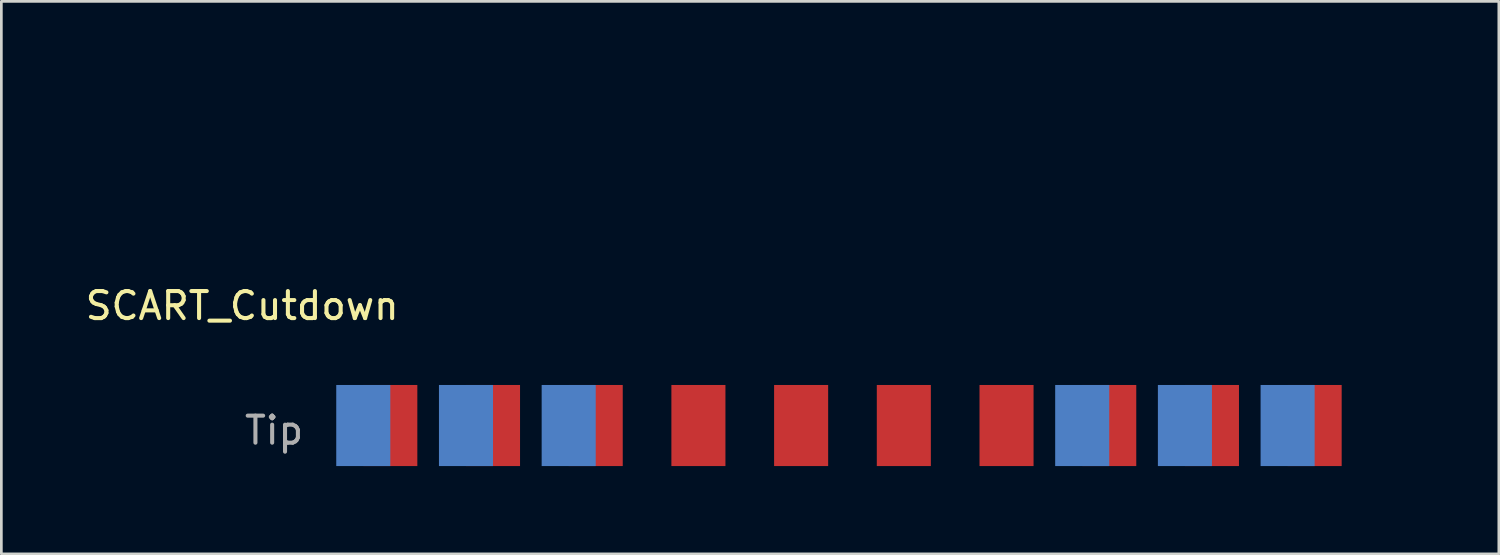
<source format=kicad_pcb>
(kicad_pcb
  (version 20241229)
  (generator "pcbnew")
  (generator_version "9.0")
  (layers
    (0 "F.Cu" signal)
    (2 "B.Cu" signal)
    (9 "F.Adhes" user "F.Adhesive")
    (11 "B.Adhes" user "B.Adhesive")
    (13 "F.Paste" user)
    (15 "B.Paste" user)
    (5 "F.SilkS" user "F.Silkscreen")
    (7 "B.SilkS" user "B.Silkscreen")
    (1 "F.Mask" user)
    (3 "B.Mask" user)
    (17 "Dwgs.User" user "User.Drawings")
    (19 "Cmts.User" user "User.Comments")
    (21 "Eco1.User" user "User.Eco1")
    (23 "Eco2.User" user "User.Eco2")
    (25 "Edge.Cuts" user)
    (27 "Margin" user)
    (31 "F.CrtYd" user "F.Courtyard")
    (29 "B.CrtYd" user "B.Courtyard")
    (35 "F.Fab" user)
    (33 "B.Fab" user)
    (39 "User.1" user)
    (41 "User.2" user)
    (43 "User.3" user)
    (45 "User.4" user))
  (footprint "SCART_Cutdown"
    (layer "F.Cu")
    (at 11.381 14.194)
    (property "Reference" "SCART_Cutdown" (at -5.47 -5.93 0) (layer "F.SilkS") (effects (font (size 1 1) (thickness 0.15))))
    (attr through_hole)
    (fp_poly (pts (xy 28.514 -0.016) (xy 29.428 -0.023) (xy 29.435 -2.246) (xy 29.441 -4.47) (xy 31.404 -4.47) (xy 31.404 -0.01) (xy 33.222 -0.01) (xy 33.222 -4.47) (xy 35.209 -4.47) (xy 35.209 -0.01) (xy 38.02 -0.01) (xy 38.02 -3.974) (xy 37.861 -4.019) (xy 37.668 -4.097) (xy 37.482 -4.214) (xy 37.317 -4.362) (xy 37.314 -4.365) (xy 37.195 -4.507) (xy 37.106 -4.647) (xy 37.036 -4.807) (xy 37.015 -4.868) (xy 36.989 -4.951) (xy 36.971 -5.027) (xy 36.961 -5.11) (xy 36.956 -5.212) (xy 36.954 -5.347) (xy 36.954 -5.372) (xy 36.958 -5.573) (xy 36.972 -5.733) (xy 36.991 -5.838) (xy 37.068 -6.048) (xy 37.184 -6.245) (xy 37.331 -6.423) (xy 37.503 -6.575) (xy 37.692 -6.693) (xy 37.891 -6.77) (xy 37.905 -6.774) (xy 38.02 -6.802) (xy 38.02 -14.07) (xy 37.956 -14.129) (xy 37.892 -14.189) (xy 21.796 -14.188) (xy 20.708 -14.188) (xy 19.666 -14.188) (xy 18.671 -14.188) (xy 17.722 -14.188) (xy 16.817 -14.187) (xy 15.956 -14.187) (xy 15.138 -14.187) (xy 14.362 -14.187) (xy 13.626 -14.186) (xy 12.93 -14.186) (xy 12.273 -14.186) (xy 11.654 -14.185) (xy 11.071 -14.185) (xy 10.525 -14.184) (xy 10.014 -14.183) (xy 9.537 -14.183) (xy 9.093 -14.182) (xy 8.681 -14.181) (xy 8.3 -14.18) (xy 7.949 -14.179) (xy 7.628 -14.178) (xy 7.335 -14.177) (xy 7.069 -14.176) (xy 6.83 -14.175) (xy 6.616 -14.174) (xy 6.426 -14.172) (xy 6.26 -14.171) (xy 6.116 -14.169) (xy 5.994 -14.168) (xy 5.893 -14.166) (xy 5.811 -14.164) (xy 5.748 -14.163) (xy 5.702 -14.161) (xy 5.674 -14.159) (xy 5.661 -14.157) (xy 5.66 -14.156) (xy 5.642 -14.135) (xy 5.596 -14.076) (xy 5.522 -13.982) (xy 5.423 -13.854) (xy 5.299 -13.694) (xy 5.151 -13.503) (xy 4.98 -13.282) (xy 4.788 -13.033) (xy 4.576 -12.758) (xy 4.344 -12.457) (xy 4.095 -12.134) (xy 3.829 -11.788) (xy 3.547 -11.422) (xy 3.421 -11.257) (xy 17.257 -11.257) (xy 17.289 -11.394) (xy 17.354 -11.518) (xy 17.45 -11.621) (xy 17.553 -11.683) (xy 17.65 -11.708) (xy 17.771 -11.716) (xy 17.894 -11.706) (xy 17.999 -11.68) (xy 18.022 -11.67) (xy 18.149 -11.581) (xy 18.24 -11.468) (xy 18.295 -11.338) (xy 18.314 -11.201) (xy 18.306 -11.134) (xy 19.55 -11.134) (xy 19.551 -11.285) (xy 19.587 -11.413) (xy 19.662 -11.545) (xy 19.763 -11.638) (xy 19.892 -11.693) (xy 20.052 -11.712) (xy 20.102 -11.711) (xy 20.203 -11.704) (xy 20.276 -11.688) (xy 20.337 -11.659) (xy 20.379 -11.632) (xy 20.454 -11.564) (xy 20.521 -11.48) (xy 20.54 -11.45) (xy 20.572 -11.381) (xy 20.588 -11.315) (xy 20.59 -11.261) (xy 21.839 -11.261) (xy 21.878 -11.411) (xy 21.953 -11.541) (xy 22.059 -11.641) (xy 22.133 -11.683) (xy 22.216 -11.704) (xy 22.325 -11.714) (xy 22.441 -11.712) (xy 22.542 -11.698) (xy 22.588 -11.684) (xy 22.71 -11.608) (xy 22.802 -11.502) (xy 22.863 -11.374) (xy 22.891 -11.234) (xy 22.889 -11.196) (xy 24.145 -11.196) (xy 24.146 -11.299) (xy 24.154 -11.369) (xy 24.17 -11.422) (xy 24.199 -11.474) (xy 24.218 -11.501) (xy 24.32 -11.606) (xy 24.45 -11.679) (xy 24.596 -11.716) (xy 24.747 -11.715) (xy 24.894 -11.672) (xy 24.896 -11.671) (xy 25.017 -11.591) (xy 25.105 -11.483) (xy 25.16 -11.356) (xy 25.182 -11.218) (xy 25.18 -11.192) (xy 26.413 -11.192) (xy 26.43 -11.331) (xy 26.484 -11.462) (xy 26.574 -11.578) (xy 26.699 -11.67) (xy 26.761 -11.696) (xy 26.833 -11.709) (xy 26.932 -11.712) (xy 26.971 -11.711) (xy 27.074 -11.705) (xy 27.146 -11.691) (xy 27.206 -11.666) (xy 27.255 -11.635) (xy 27.361 -11.534) (xy 27.433 -11.409) (xy 27.469 -11.27) (xy 27.469 -11.126) (xy 27.435 -10.986) (xy 27.364 -10.861) (xy 27.259 -10.759) (xy 27.255 -10.756) (xy 27.142 -10.703) (xy 27.007 -10.676) (xy 26.867 -10.676) (xy 26.741 -10.705) (xy 26.709 -10.719) (xy 26.581 -10.809) (xy 26.489 -10.923) (xy 26.433 -11.053) (xy 26.413 -11.192) (xy 25.18 -11.192) (xy 25.17 -11.079) (xy 25.123 -10.946) (xy 25.041 -10.829) (xy 24.961 -10.76) (xy 24.894 -10.719) (xy 24.828 -10.695) (xy 24.744 -10.683) (xy 24.683 -10.679) (xy 24.581 -10.677) (xy 24.507 -10.686) (xy 24.442 -10.708) (xy 24.399 -10.729) (xy 24.317 -10.787) (xy 24.24 -10.862) (xy 24.218 -10.891) (xy 24.181 -10.947) (xy 24.16 -10.997) (xy 24.149 -11.058) (xy 24.145 -11.144) (xy 24.145 -11.196) (xy 22.889 -11.196) (xy 22.883 -11.092) (xy 22.839 -10.956) (xy 22.771 -10.855) (xy 22.657 -10.753) (xy 22.526 -10.694) (xy 22.372 -10.675) (xy 22.364 -10.675) (xy 22.204 -10.696) (xy 22.066 -10.757) (xy 21.956 -10.852) (xy 21.879 -10.974) (xy 21.839 -11.12) (xy 21.839 -11.261) (xy 20.59 -11.261) (xy 20.592 -11.233) (xy 20.59 -11.167) (xy 20.581 -11.065) (xy 20.565 -10.992) (xy 20.535 -10.929) (xy 20.509 -10.89) (xy 20.441 -10.815) (xy 20.358 -10.747) (xy 20.328 -10.729) (xy 20.259 -10.697) (xy 20.193 -10.681) (xy 20.11 -10.677) (xy 20.044 -10.679) (xy 19.942 -10.687) (xy 19.868 -10.704) (xy 19.804 -10.735) (xy 19.766 -10.76) (xy 19.661 -10.861) (xy 19.588 -10.989) (xy 19.55 -11.134) (xy 18.306 -11.134) (xy 18.297 -11.062) (xy 18.243 -10.932) (xy 18.154 -10.817) (xy 18.029 -10.725) (xy 18.018 -10.719) (xy 17.899 -10.682) (xy 17.761 -10.673) (xy 17.622 -10.693) (xy 17.501 -10.738) (xy 17.472 -10.756) (xy 17.365 -10.857) (xy 17.295 -10.98) (xy 17.259 -11.116) (xy 17.257 -11.257) (xy 3.421 -11.257) (xy 3.251 -11.037) (xy 2.942 -10.634) (xy 2.62 -10.215) (xy 2.287 -9.782) (xy 2.16 -9.617) (xy 3.363 -9.617) (xy 3.365 -9.751) (xy 3.369 -9.877) (xy 3.377 -9.982) (xy 3.385 -10.054) (xy 3.387 -10.064) (xy 3.455 -10.261) (xy 3.564 -10.454) (xy 3.705 -10.632) (xy 3.87 -10.786) (xy 4.052 -10.906) (xy 4.091 -10.925) (xy 4.295 -11.007) (xy 4.487 -11.049) (xy 4.68 -11.052) (xy 4.843 -11.028) (xy 5.07 -10.955) (xy 5.279 -10.841) (xy 5.466 -10.688) (xy 5.627 -10.501) (xy 5.756 -10.285) (xy 5.808 -10.166) (xy 5.831 -10.102) (xy 5.847 -10.043) (xy 5.858 -9.98) (xy 5.865 -9.901) (xy 5.867 -9.796) (xy 5.868 -9.656) (xy 5.868 -9.62) (xy 5.867 -9.468) (xy 5.864 -9.353) (xy 5.858 -9.267) (xy 5.849 -9.208) (xy 8.986 -9.208) (xy 9.005 -9.439) (xy 9.062 -9.644) (xy 9.162 -9.833) (xy 9.293 -9.998) (xy 9.399 -10.094) (xy 9.526 -10.183) (xy 9.66 -10.257) (xy 9.786 -10.307) (xy 9.833 -10.318) (xy 9.957 -10.331) (xy 10.102 -10.333) (xy 10.25 -10.325) (xy 10.384 -10.308) (xy 10.461 -10.289) (xy 10.668 -10.201) (xy 10.848 -10.076) (xy 10.997 -9.92) (xy 11.113 -9.739) (xy 11.194 -9.538) (xy 11.235 -9.322) (xy 11.234 -9.207) (xy 16.108 -9.207) (xy 16.121 -9.344) (xy 16.166 -9.473) (xy 16.245 -9.585) (xy 16.357 -9.67) (xy 16.365 -9.675) (xy 16.492 -9.729) (xy 16.608 -9.749) (xy 16.732 -9.736) (xy 16.807 -9.717) (xy 16.937 -9.654) (xy 17.044 -9.554) (xy 17.122 -9.427) (xy 17.153 -9.328) (xy 17.16 -9.23) (xy 18.398 -9.23) (xy 18.417 -9.372) (xy 18.459 -9.479) (xy 18.553 -9.599) (xy 18.676 -9.685) (xy 18.817 -9.734) (xy 18.968 -9.743) (xy 19.12 -9.711) (xy 19.185 -9.682) (xy 19.302 -9.598) (xy 19.387 -9.485) (xy 19.438 -9.354) (xy 19.448 -9.266) (xy 20.696 -9.266) (xy 20.727 -9.422) (xy 20.798 -9.55) (xy 20.908 -9.65) (xy 21.049 -9.719) (xy 21.147 -9.746) (xy 21.24 -9.749) (xy 21.348 -9.728) (xy 21.385 -9.718) (xy 21.519 -9.655) (xy 21.623 -9.562) (xy 21.697 -9.445) (xy 21.738 -9.314) (xy 21.746 -9.181) (xy 22.98 -9.181) (xy 22.994 -9.339) (xy 23.004 -9.374) (xy 23.066 -9.511) (xy 23.163 -9.619) (xy 23.284 -9.696) (xy 23.422 -9.738) (xy 23.569 -9.742) (xy 23.716 -9.704) (xy 23.776 -9.676) (xy 23.892 -9.586) (xy 23.975 -9.469) (xy 24.023 -9.335) (xy 24.036 -9.194) (xy 25.275 -9.194) (xy 25.285 -9.334) (xy 25.328 -9.465) (xy 25.401 -9.579) (xy 25.506 -9.664) (xy 25.521 -9.672) (xy 25.649 -9.728) (xy 25.763 -9.749) (xy 25.882 -9.739) (xy 25.964 -9.718) (xy 26.109 -9.653) (xy 26.218 -9.555) (xy 26.29 -9.428) (xy 26.319 -9.291) (xy 33.991 -9.291) (xy 34.027 -9.513) (xy 34.105 -9.721) (xy 34.222 -9.908) (xy 34.375 -10.069) (xy 34.559 -10.2) (xy 34.76 -10.292) (xy 34.89 -10.321) (xy 35.048 -10.335) (xy 35.217 -10.331) (xy 35.378 -10.312) (xy 35.483 -10.287) (xy 35.682 -10.2) (xy 35.859 -10.075) (xy 36.008 -9.916) (xy 36.125 -9.728) (xy 36.205 -9.518) (xy 36.235 -9.374) (xy 36.245 -9.146) (xy 36.21 -8.926) (xy 36.133 -8.721) (xy 36.019 -8.536) (xy 35.87 -8.375) (xy 35.691 -8.243) (xy 35.484 -8.147) (xy 35.39 -8.118) (xy 35.177 -8.087) (xy 34.958 -8.099) (xy 34.742 -8.15) (xy 34.539 -8.239) (xy 34.359 -8.364) (xy 34.327 -8.392) (xy 34.21 -8.528) (xy 34.112 -8.697) (xy 34.038 -8.885) (xy 34 -9.059) (xy 33.991 -9.291) (xy 26.319 -9.291) (xy 26.323 -9.272) (xy 26.325 -9.22) (xy 26.305 -9.059) (xy 26.246 -8.92) (xy 26.152 -8.81) (xy 26.029 -8.733) (xy 25.879 -8.694) (xy 25.856 -8.692) (xy 25.699 -8.696) (xy 25.566 -8.737) (xy 25.448 -8.816) (xy 25.448 -8.817) (xy 25.356 -8.926) (xy 25.298 -9.055) (xy 25.275 -9.194) (xy 24.036 -9.194) (xy 24.036 -9.193) (xy 24.012 -9.052) (xy 23.951 -8.921) (xy 23.868 -8.825) (xy 23.752 -8.742) (xy 23.626 -8.699) (xy 23.478 -8.692) (xy 23.447 -8.694) (xy 23.295 -8.73) (xy 23.169 -8.803) (xy 23.071 -8.907) (xy 23.006 -9.035) (xy 22.98 -9.181) (xy 21.746 -9.181) (xy 21.746 -9.176) (xy 21.72 -9.04) (xy 21.658 -8.913) (xy 21.559 -8.803) (xy 21.525 -8.777) (xy 21.412 -8.722) (xy 21.276 -8.693) (xy 21.137 -8.692) (xy 21.043 -8.711) (xy 20.909 -8.78) (xy 20.804 -8.883) (xy 20.731 -9.014) (xy 20.697 -9.165) (xy 20.696 -9.266) (xy 19.448 -9.266) (xy 19.454 -9.214) (xy 19.436 -9.072) (xy 19.381 -8.94) (xy 19.289 -8.825) (xy 19.279 -8.817) (xy 19.161 -8.737) (xy 19.029 -8.697) (xy 18.872 -8.692) (xy 18.871 -8.692) (xy 18.718 -8.726) (xy 18.588 -8.802) (xy 18.484 -8.917) (xy 18.462 -8.955) (xy 18.413 -9.085) (xy 18.398 -9.23) (xy 17.16 -9.23) (xy 17.164 -9.17) (xy 17.134 -9.028) (xy 17.068 -8.904) (xy 16.974 -8.804) (xy 16.856 -8.733) (xy 16.72 -8.693) (xy 16.574 -8.691) (xy 16.423 -8.731) (xy 16.381 -8.75) (xy 16.264 -8.833) (xy 16.18 -8.942) (xy 16.127 -9.07) (xy 16.108 -9.207) (xy 11.234 -9.207) (xy 11.234 -9.098) (xy 11.202 -8.918) (xy 11.123 -8.706) (xy 11.006 -8.519) (xy 10.857 -8.362) (xy 10.682 -8.236) (xy 10.485 -8.146) (xy 10.272 -8.095) (xy 10.048 -8.085) (xy 9.877 -8.108) (xy 9.656 -8.177) (xy 9.46 -8.286) (xy 9.293 -8.428) (xy 9.158 -8.601) (xy 9.06 -8.798) (xy 9.001 -9.015) (xy 8.986 -9.208) (xy 5.849 -9.208) (xy 5.847 -9.199) (xy 5.831 -9.138) (xy 5.814 -9.089) (xy 5.721 -8.888) (xy 5.594 -8.71) (xy 5.469 -8.581) (xy 5.276 -8.432) (xy 5.065 -8.323) (xy 4.842 -8.254) (xy 4.613 -8.227) (xy 4.385 -8.242) (xy 4.164 -8.299) (xy 3.957 -8.4) (xy 3.93 -8.417) (xy 3.789 -8.52) (xy 3.677 -8.631) (xy 3.577 -8.767) (xy 3.544 -8.82) (xy 3.474 -8.949) (xy 3.424 -9.072) (xy 3.39 -9.202) (xy 3.371 -9.35) (xy 3.363 -9.53) (xy 3.363 -9.617) (xy 2.16 -9.617) (xy 1.945 -9.336) (xy 1.594 -8.879) (xy 1.235 -8.411) (xy 1.206 -8.374) (xy 0.323 -7.224) (xy 17.248 -7.224) (xy 17.265 -7.366) (xy 17.322 -7.501) (xy 17.403 -7.606) (xy 17.531 -7.702) (xy 17.675 -7.755) (xy 17.828 -7.763) (xy 17.981 -7.724) (xy 18 -7.716) (xy 18.104 -7.661) (xy 18.176 -7.601) (xy 18.231 -7.522) (xy 18.246 -7.494) (xy 18.3 -7.341) (xy 18.304 -7.286) (xy 19.546 -7.286) (xy 19.579 -7.432) (xy 19.648 -7.558) (xy 19.748 -7.658) (xy 19.873 -7.727) (xy 20.018 -7.761) (xy 20.176 -7.754) (xy 20.237 -7.74) (xy 20.367 -7.681) (xy 20.473 -7.584) (xy 20.548 -7.458) (xy 20.589 -7.311) (xy 20.594 -7.233) (xy 20.587 -7.168) (xy 21.836 -7.168) (xy 21.838 -7.321) (xy 21.885 -7.466) (xy 21.974 -7.595) (xy 21.988 -7.61) (xy 22.115 -7.705) (xy 22.259 -7.756) (xy 22.418 -7.762) (xy 22.542 -7.736) (xy 22.669 -7.675) (xy 22.771 -7.579) (xy 22.844 -7.457) (xy 22.885 -7.319) (xy 22.888 -7.233) (xy 24.133 -7.233) (xy 24.154 -7.391) (xy 24.214 -7.526) (xy 24.305 -7.635) (xy 24.421 -7.714) (xy 24.556 -7.758) (xy 24.702 -7.763) (xy 24.853 -7.726) (xy 24.901 -7.705) (xy 25.023 -7.62) (xy 25.111 -7.51) (xy 25.164 -7.384) (xy 25.182 -7.258) (xy 26.416 -7.258) (xy 26.446 -7.411) (xy 26.481 -7.494) (xy 26.535 -7.581) (xy 26.6 -7.645) (xy 26.693 -7.7) (xy 26.727 -7.716) (xy 26.878 -7.76) (xy 27.036 -7.757) (xy 27.123 -7.736) (xy 27.22 -7.689) (xy 27.316 -7.612) (xy 27.397 -7.518) (xy 27.447 -7.424) (xy 27.451 -7.411) (xy 27.476 -7.245) (xy 27.458 -7.09) (xy 27.399 -6.953) (xy 27.303 -6.839) (xy 27.177 -6.758) (xy 27.028 -6.709) (xy 26.884 -6.705) (xy 26.738 -6.749) (xy 26.7 -6.766) (xy 26.573 -6.856) (xy 26.482 -6.972) (xy 26.429 -7.109) (xy 26.416 -7.258) (xy 25.182 -7.258) (xy 25.183 -7.249) (xy 25.17 -7.113) (xy 25.124 -6.985) (xy 25.047 -6.871) (xy 24.939 -6.781) (xy 24.809 -6.723) (xy 24.651 -6.7) (xy 24.502 -6.721) (xy 24.371 -6.78) (xy 24.262 -6.874) (xy 24.183 -6.996) (xy 24.139 -7.144) (xy 24.133 -7.233) (xy 22.888 -7.233) (xy 22.889 -7.174) (xy 22.853 -7.031) (xy 22.846 -7.015) (xy 22.794 -6.914) (xy 22.736 -6.844) (xy 22.657 -6.789) (xy 22.594 -6.757) (xy 22.441 -6.708) (xy 22.29 -6.708) (xy 22.137 -6.756) (xy 22.133 -6.757) (xy 22.035 -6.81) (xy 21.966 -6.869) (xy 21.912 -6.95) (xy 21.881 -7.015) (xy 21.836 -7.168) (xy 20.587 -7.168) (xy 20.579 -7.082) (xy 20.547 -6.993) (xy 20.46 -6.868) (xy 20.35 -6.778) (xy 20.224 -6.724) (xy 20.09 -6.703) (xy 19.956 -6.715) (xy 19.829 -6.759) (xy 19.717 -6.833) (xy 19.627 -6.938) (xy 19.567 -7.072) (xy 19.554 -7.125) (xy 19.546 -7.286) (xy 18.304 -7.286) (xy 18.31 -7.189) (xy 18.279 -7.045) (xy 18.208 -6.916) (xy 18.1 -6.811) (xy 18.027 -6.766) (xy 17.878 -6.712) (xy 17.735 -6.704) (xy 17.588 -6.742) (xy 17.55 -6.758) (xy 17.422 -6.842) (xy 17.328 -6.953) (xy 17.27 -7.083) (xy 17.248 -7.224) (xy 0.323 -7.224) (xy -3.206 -2.624) (xy -3.206 -0.01) (xy -1.001 -0.01) (xy -1.001 -2.095) (xy 0.987 -2.095) (xy 0.987 -0.01) (xy 2.805 -0.01) (xy 2.805 -4.47) (xy 4.792 -4.47) (xy 4.792 -0.01) (xy 6.61 -0.01) (xy 6.61 -4.47) (xy 8.597 -4.47) (xy 8.597 -0.01) (xy 10.415 -0.01) (xy 10.415 -4.47) (xy 12.402 -4.47) (xy 12.402 -0.01) (xy 14.22 -0.01) (xy 14.22 -4.47) (xy 16.207 -4.47) (xy 16.207 -0.01) (xy 18.025 -0.01) (xy 18.025 -4.47) (xy 19.988 -4.47) (xy 19.994 -2.246) (xy 20 -0.023) (xy 20.915 -0.016) (xy 21.83 -0.01) (xy 21.83 -4.47) (xy 23.793 -4.47) (xy 23.793 -0.01) (xy 25.635 -0.01) (xy 25.635 -4.47) (xy 27.599 -4.47) (xy 27.599 -0.01) (xy 28.514 -0.016)) (stroke (width 0.01) (type solid)) (fill no) (layer "Eco1.User"))
    (fp_text user "Tip" (at -4.29 -1.32 0) (layer "F.Fab") (effects (font (size 1 1) (thickness 0.15))))
    (pad "1" smd rect (at 34.21 -1.5) (size 2 3) (layers "F.Cu" "F.Mask" "F.Paste"))
    (pad "2" smd rect (at 33.21 -1.5) (size 2 3) (layers "B.Cu" "B.Mask" "B.Paste"))
    (pad "3" smd rect (at 30.41 -1.5) (size 2 3) (layers "F.Cu" "F.Mask" "F.Paste"))
    (pad "4" smd rect (at 29.41 -1.5) (size 2 3) (layers "B.Cu" "B.Mask" "B.Paste"))
    (pad "5" smd rect (at 26.61 -1.5) (size 2 3) (layers "F.Cu" "F.Mask" "F.Paste"))
    (pad "6" smd rect (at 25.61 -1.5) (size 2 3) (layers "B.Cu" "B.Mask" "B.Paste"))
    (pad "7" smd rect (at 22.81 -1.5) (size 2 3) (layers "F.Cu" "F.Mask" "F.Paste"))
    (pad "9" smd rect (at 19.01 -1.5) (size 2 3) (layers "F.Cu" "F.Mask" "F.Paste"))
    (pad "11" smd rect (at 15.21 -1.5) (size 2 3) (layers "F.Cu" "F.Mask" "F.Paste"))
    (pad "13" smd rect (at 11.41 -1.5) (size 2 3) (layers "F.Cu" "F.Mask" "F.Paste"))
    (pad "15" smd rect (at 7.61 -1.5) (size 2 3) (layers "F.Cu" "F.Mask" "F.Paste"))
    (pad "16" smd rect (at 6.61 -1.5) (size 2 3) (layers "B.Cu" "B.Mask" "B.Paste"))
    (pad "17" smd rect (at 3.81 -1.5) (size 2 3) (layers "F.Cu" "F.Mask" "F.Paste"))
    (pad "18" smd rect (at 2.81 -1.5) (size 2 3) (layers "B.Cu" "B.Mask" "B.Paste"))
    (pad "19" smd rect (at 0.01 -1.5) (size 2 3) (layers "F.Cu" "F.Mask" "F.Paste"))
    (pad "20" smd rect (at -0.99 -1.5) (size 2 3) (layers "B.Cu" "B.Mask" "B.Paste")))
  (gr_rect
    (start -3 -3)
    (end 52.406 17.444)
    (stroke (width 0.1) (type default))
    (fill no)
    (layer "Edge.Cuts")))
</source>
